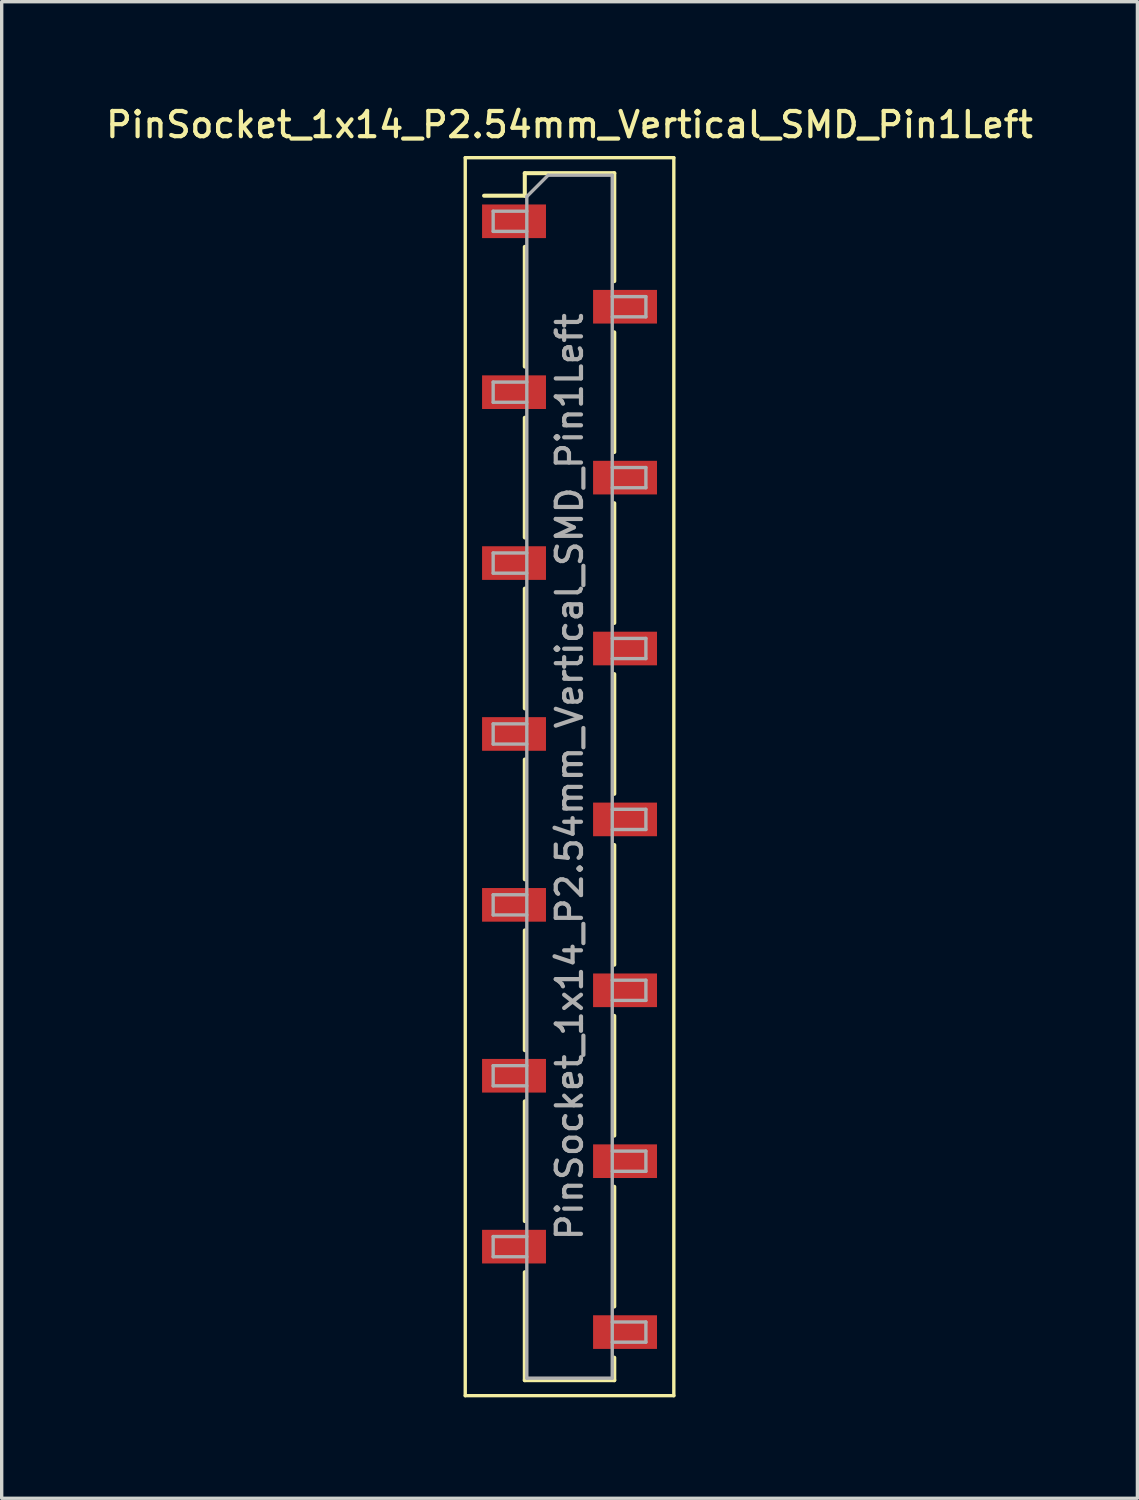
<source format=kicad_pcb>
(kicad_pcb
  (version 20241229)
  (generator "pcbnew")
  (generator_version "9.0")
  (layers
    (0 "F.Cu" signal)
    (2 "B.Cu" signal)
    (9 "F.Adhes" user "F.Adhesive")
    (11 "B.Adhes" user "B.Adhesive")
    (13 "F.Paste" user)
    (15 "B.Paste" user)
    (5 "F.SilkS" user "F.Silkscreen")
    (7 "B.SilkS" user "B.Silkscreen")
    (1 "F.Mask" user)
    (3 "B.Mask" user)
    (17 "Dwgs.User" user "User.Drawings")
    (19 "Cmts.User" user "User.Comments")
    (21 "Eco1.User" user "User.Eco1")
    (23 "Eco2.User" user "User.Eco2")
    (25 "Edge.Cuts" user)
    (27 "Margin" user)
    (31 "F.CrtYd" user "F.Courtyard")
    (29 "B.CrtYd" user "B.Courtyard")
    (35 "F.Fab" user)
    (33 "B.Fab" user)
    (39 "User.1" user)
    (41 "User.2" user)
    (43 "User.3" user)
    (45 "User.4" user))
  (footprint "PinSocket_1x14_P2.54mm_Vertical_SMD_Pin1Left"
    (layer "F.Cu")
    (at 13.88 20.038)
    (property "Reference" "PinSocket_1x14_P2.54mm_Vertical_SMD_Pin1Left" (at 0 -19.38 0) (layer "F.SilkS") (effects (font (size 0.75 0.75) (thickness 0.125))))
    (attr smd)
    (fp_line (start -3.1 -18.4) (end 3.1 -18.4) (stroke (width 0.1) (type solid)) (layer "F.SilkS"))
    (fp_line (start -3.1 18.4) (end -3.1 -18.4) (stroke (width 0.1) (type solid)) (layer "F.SilkS"))
    (fp_line (start -2.54 -17.27) (end -1.33 -17.27) (stroke (width 0.12) (type solid)) (layer "F.SilkS"))
    (fp_line (start -1.33 -17.94) (end -1.33 -17.27) (stroke (width 0.12) (type solid)) (layer "F.SilkS"))
    (fp_line (start -1.33 -17.94) (end 1.33 -17.94) (stroke (width 0.12) (type solid)) (layer "F.SilkS"))
    (fp_line (start -1.33 -15.75) (end -1.33 -12.19) (stroke (width 0.12) (type solid)) (layer "F.SilkS"))
    (fp_line (start -1.33 -10.67) (end -1.33 -7.11) (stroke (width 0.12) (type solid)) (layer "F.SilkS"))
    (fp_line (start -1.33 -5.59) (end -1.33 -2.03) (stroke (width 0.12) (type solid)) (layer "F.SilkS"))
    (fp_line (start -1.33 -0.51) (end -1.33 3.05) (stroke (width 0.12) (type solid)) (layer "F.SilkS"))
    (fp_line (start -1.33 4.57) (end -1.33 8.13) (stroke (width 0.12) (type solid)) (layer "F.SilkS"))
    (fp_line (start -1.33 9.65) (end -1.33 13.21) (stroke (width 0.12) (type solid)) (layer "F.SilkS"))
    (fp_line (start -1.33 14.73) (end -1.33 17.94) (stroke (width 0.12) (type solid)) (layer "F.SilkS"))
    (fp_line (start -1.33 17.94) (end 1.33 17.94) (stroke (width 0.12) (type solid)) (layer "F.SilkS"))
    (fp_line (start 1.33 -17.94) (end 1.33 -14.73) (stroke (width 0.12) (type solid)) (layer "F.SilkS"))
    (fp_line (start 1.33 -13.21) (end 1.33 -9.65) (stroke (width 0.12) (type solid)) (layer "F.SilkS"))
    (fp_line (start 1.33 -8.13) (end 1.33 -4.57) (stroke (width 0.12) (type solid)) (layer "F.SilkS"))
    (fp_line (start 1.33 -3.05) (end 1.33 0.51) (stroke (width 0.12) (type solid)) (layer "F.SilkS"))
    (fp_line (start 1.33 2.03) (end 1.33 5.59) (stroke (width 0.12) (type solid)) (layer "F.SilkS"))
    (fp_line (start 1.33 7.11) (end 1.33 10.67) (stroke (width 0.12) (type solid)) (layer "F.SilkS"))
    (fp_line (start 1.33 12.19) (end 1.33 15.75) (stroke (width 0.12) (type solid)) (layer "F.SilkS"))
    (fp_line (start 1.33 17.27) (end 1.33 17.94) (stroke (width 0.12) (type solid)) (layer "F.SilkS"))
    (fp_line (start 3.1 -18.4) (end 3.1 18.4) (stroke (width 0.1) (type solid)) (layer "F.SilkS"))
    (fp_line (start 3.1 18.4) (end -3.1 18.4) (stroke (width 0.1) (type solid)) (layer "F.SilkS"))
    (fp_line (start -2.27 -16.81) (end -1.27 -16.81) (stroke (width 0.1) (type solid)) (layer "F.Fab"))
    (fp_line (start -2.27 -16.21) (end -2.27 -16.81) (stroke (width 0.1) (type solid)) (layer "F.Fab"))
    (fp_line (start -2.27 -11.73) (end -1.27 -11.73) (stroke (width 0.1) (type solid)) (layer "F.Fab"))
    (fp_line (start -2.27 -11.13) (end -2.27 -11.73) (stroke (width 0.1) (type solid)) (layer "F.Fab"))
    (fp_line (start -2.27 -6.65) (end -1.27 -6.65) (stroke (width 0.1) (type solid)) (layer "F.Fab"))
    (fp_line (start -2.27 -6.05) (end -2.27 -6.65) (stroke (width 0.1) (type solid)) (layer "F.Fab"))
    (fp_line (start -2.27 -1.57) (end -1.27 -1.57) (stroke (width 0.1) (type solid)) (layer "F.Fab"))
    (fp_line (start -2.27 -0.97) (end -2.27 -1.57) (stroke (width 0.1) (type solid)) (layer "F.Fab"))
    (fp_line (start -2.27 3.51) (end -1.27 3.51) (stroke (width 0.1) (type solid)) (layer "F.Fab"))
    (fp_line (start -2.27 4.11) (end -2.27 3.51) (stroke (width 0.1) (type solid)) (layer "F.Fab"))
    (fp_line (start -2.27 8.59) (end -1.27 8.59) (stroke (width 0.1) (type solid)) (layer "F.Fab"))
    (fp_line (start -2.27 9.19) (end -2.27 8.59) (stroke (width 0.1) (type solid)) (layer "F.Fab"))
    (fp_line (start -2.27 13.67) (end -1.27 13.67) (stroke (width 0.1) (type solid)) (layer "F.Fab"))
    (fp_line (start -2.27 14.27) (end -2.27 13.67) (stroke (width 0.1) (type solid)) (layer "F.Fab"))
    (fp_line (start -1.27 -17.245) (end -0.635 -17.88) (stroke (width 0.1) (type solid)) (layer "F.Fab"))
    (fp_line (start -1.27 -16.21) (end -2.27 -16.21) (stroke (width 0.1) (type solid)) (layer "F.Fab"))
    (fp_line (start -1.27 -11.13) (end -2.27 -11.13) (stroke (width 0.1) (type solid)) (layer "F.Fab"))
    (fp_line (start -1.27 -6.05) (end -2.27 -6.05) (stroke (width 0.1) (type solid)) (layer "F.Fab"))
    (fp_line (start -1.27 -0.97) (end -2.27 -0.97) (stroke (width 0.1) (type solid)) (layer "F.Fab"))
    (fp_line (start -1.27 4.11) (end -2.27 4.11) (stroke (width 0.1) (type solid)) (layer "F.Fab"))
    (fp_line (start -1.27 9.19) (end -2.27 9.19) (stroke (width 0.1) (type solid)) (layer "F.Fab"))
    (fp_line (start -1.27 14.27) (end -2.27 14.27) (stroke (width 0.1) (type solid)) (layer "F.Fab"))
    (fp_line (start -1.27 17.88) (end -1.27 -17.245) (stroke (width 0.1) (type solid)) (layer "F.Fab"))
    (fp_line (start -0.635 -17.88) (end 1.27 -17.88) (stroke (width 0.1) (type solid)) (layer "F.Fab"))
    (fp_line (start 1.27 -17.88) (end 1.27 17.88) (stroke (width 0.1) (type solid)) (layer "F.Fab"))
    (fp_line (start 1.27 -14.27) (end 2.27 -14.27) (stroke (width 0.1) (type solid)) (layer "F.Fab"))
    (fp_line (start 1.27 -9.19) (end 2.27 -9.19) (stroke (width 0.1) (type solid)) (layer "F.Fab"))
    (fp_line (start 1.27 -4.11) (end 2.27 -4.11) (stroke (width 0.1) (type solid)) (layer "F.Fab"))
    (fp_line (start 1.27 0.97) (end 2.27 0.97) (stroke (width 0.1) (type solid)) (layer "F.Fab"))
    (fp_line (start 1.27 6.05) (end 2.27 6.05) (stroke (width 0.1) (type solid)) (layer "F.Fab"))
    (fp_line (start 1.27 11.13) (end 2.27 11.13) (stroke (width 0.1) (type solid)) (layer "F.Fab"))
    (fp_line (start 1.27 16.21) (end 2.27 16.21) (stroke (width 0.1) (type solid)) (layer "F.Fab"))
    (fp_line (start 1.27 17.88) (end -1.27 17.88) (stroke (width 0.1) (type solid)) (layer "F.Fab"))
    (fp_line (start 2.27 -14.27) (end 2.27 -13.67) (stroke (width 0.1) (type solid)) (layer "F.Fab"))
    (fp_line (start 2.27 -13.67) (end 1.27 -13.67) (stroke (width 0.1) (type solid)) (layer "F.Fab"))
    (fp_line (start 2.27 -9.19) (end 2.27 -8.59) (stroke (width 0.1) (type solid)) (layer "F.Fab"))
    (fp_line (start 2.27 -8.59) (end 1.27 -8.59) (stroke (width 0.1) (type solid)) (layer "F.Fab"))
    (fp_line (start 2.27 -4.11) (end 2.27 -3.51) (stroke (width 0.1) (type solid)) (layer "F.Fab"))
    (fp_line (start 2.27 -3.51) (end 1.27 -3.51) (stroke (width 0.1) (type solid)) (layer "F.Fab"))
    (fp_line (start 2.27 0.97) (end 2.27 1.57) (stroke (width 0.1) (type solid)) (layer "F.Fab"))
    (fp_line (start 2.27 1.57) (end 1.27 1.57) (stroke (width 0.1) (type solid)) (layer "F.Fab"))
    (fp_line (start 2.27 6.05) (end 2.27 6.65) (stroke (width 0.1) (type solid)) (layer "F.Fab"))
    (fp_line (start 2.27 6.65) (end 1.27 6.65) (stroke (width 0.1) (type solid)) (layer "F.Fab"))
    (fp_line (start 2.27 11.13) (end 2.27 11.73) (stroke (width 0.1) (type solid)) (layer "F.Fab"))
    (fp_line (start 2.27 11.73) (end 1.27 11.73) (stroke (width 0.1) (type solid)) (layer "F.Fab"))
    (fp_line (start 2.27 16.21) (end 2.27 16.81) (stroke (width 0.1) (type solid)) (layer "F.Fab"))
    (fp_line (start 2.27 16.81) (end 1.27 16.81) (stroke (width 0.1) (type solid)) (layer "F.Fab"))
    (fp_text user "${REFERENCE}" (at 0 0 90) (layer "F.Fab") (effects (font (size 0.75 0.75) (thickness 0.125))))
    (pad "1" smd rect (at -1.65 -16.51) (size 1.9 1) (layers "F.Cu" "F.Mask" "F.Paste"))
    (pad "2" smd rect (at 1.65 -13.97) (size 1.9 1) (layers "F.Cu" "F.Mask" "F.Paste"))
    (pad "3" smd rect (at -1.65 -11.43) (size 1.9 1) (layers "F.Cu" "F.Mask" "F.Paste"))
    (pad "4" smd rect (at 1.65 -8.89) (size 1.9 1) (layers "F.Cu" "F.Mask" "F.Paste"))
    (pad "5" smd rect (at -1.65 -6.35) (size 1.9 1) (layers "F.Cu" "F.Mask" "F.Paste"))
    (pad "6" smd rect (at 1.65 -3.81) (size 1.9 1) (layers "F.Cu" "F.Mask" "F.Paste"))
    (pad "7" smd rect (at -1.65 -1.27) (size 1.9 1) (layers "F.Cu" "F.Mask" "F.Paste"))
    (pad "8" smd rect (at 1.65 1.27) (size 1.9 1) (layers "F.Cu" "F.Mask" "F.Paste"))
    (pad "9" smd rect (at -1.65 3.81) (size 1.9 1) (layers "F.Cu" "F.Mask" "F.Paste"))
    (pad "10" smd rect (at 1.65 6.35) (size 1.9 1) (layers "F.Cu" "F.Mask" "F.Paste"))
    (pad "11" smd rect (at -1.65 8.89) (size 1.9 1) (layers "F.Cu" "F.Mask" "F.Paste"))
    (pad "12" smd rect (at 1.65 11.43) (size 1.9 1) (layers "F.Cu" "F.Mask" "F.Paste"))
    (pad "13" smd rect (at -1.65 13.97) (size 1.9 1) (layers "F.Cu" "F.Mask" "F.Paste"))
    (pad "14" smd rect (at 1.65 16.51) (size 1.9 1) (layers "F.Cu" "F.Mask" "F.Paste")))
  (gr_rect
    (start -3 -3)
    (end 30.761 41.488)
    (stroke (width 0.1) (type default))
    (fill no)
    (layer "Edge.Cuts")))
</source>
